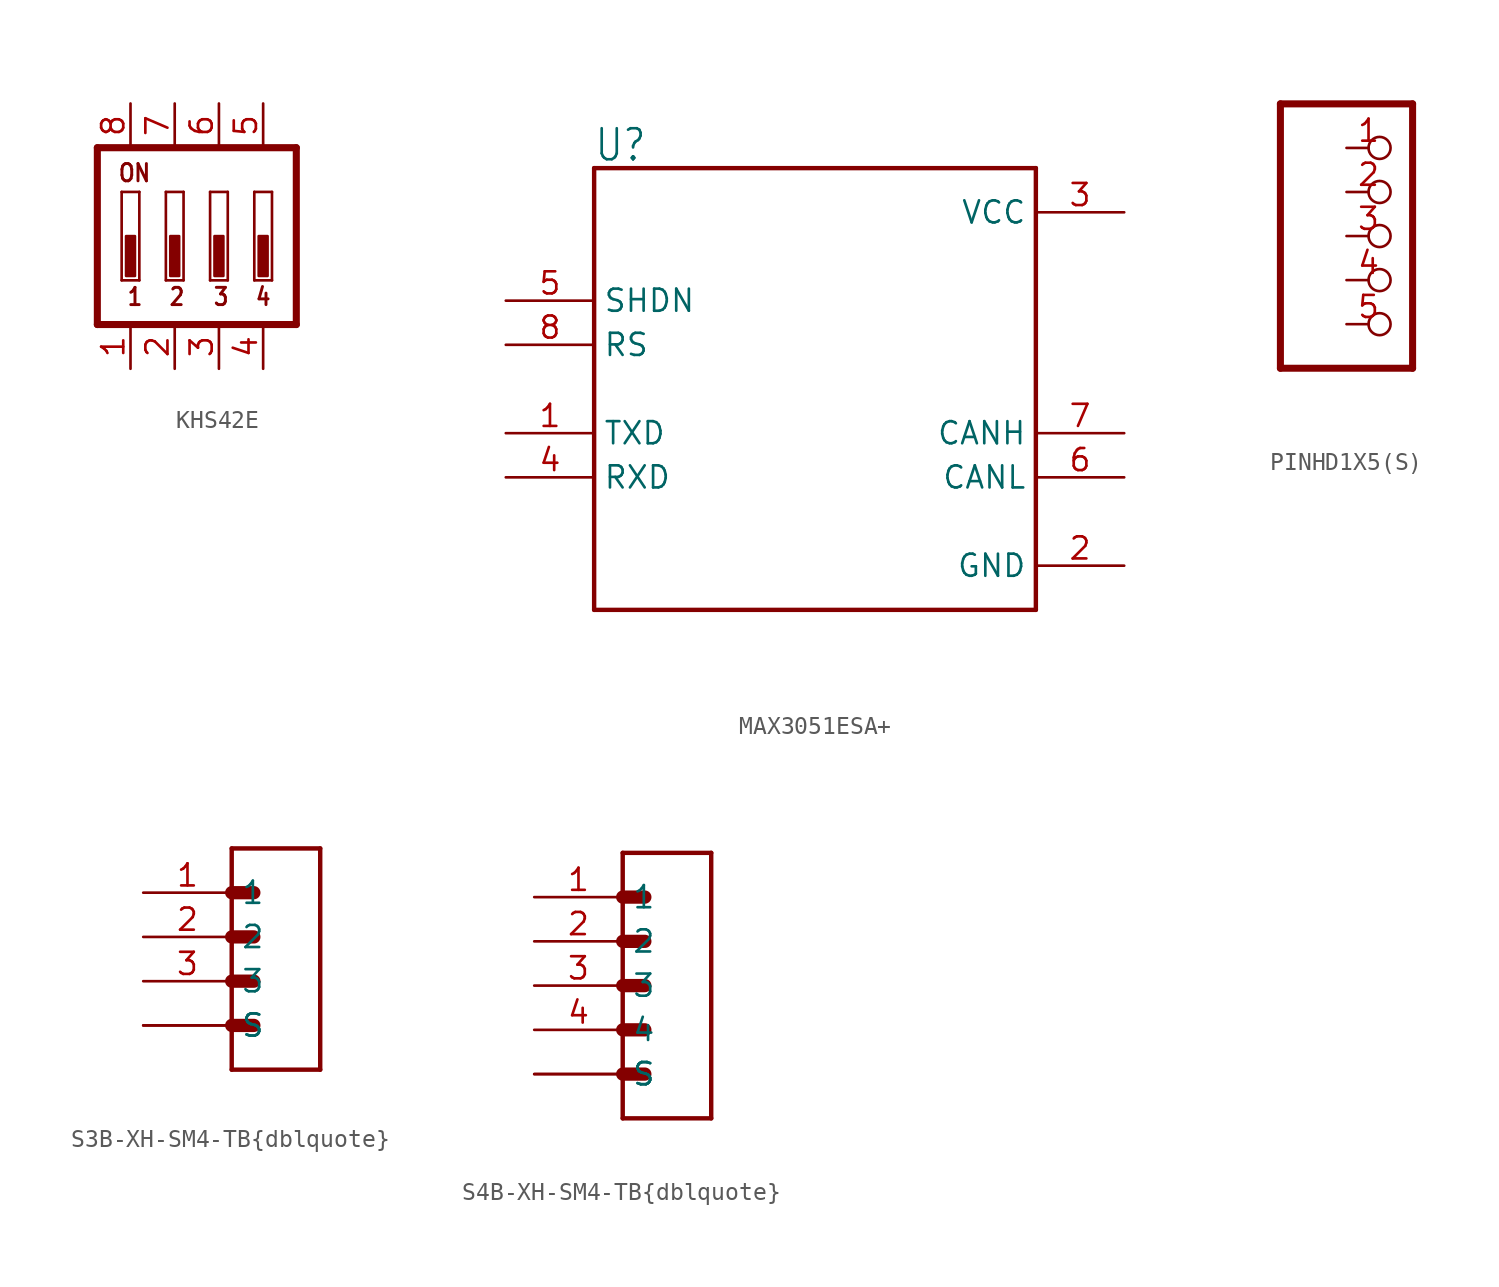
<source format=kicad_sym>
(kicad_symbol_lib
  (version 20220914)
  (generator kicad_symbol_editor)
  (symbol "KHS42E"
    (property "Reference" ""
      (at -5.08 -5.08 90)
      (effects (font (size 1.778 1.511)) (justify left bottom) hide))
    (property "Value" ""
      (at 9.525 -5.08 90)
      (effects (font (size 1.778 1.511)) (justify left bottom)))
    (property "ki_locked" ""
      (at 0 0 0)
      (effects (font (size 1.27 1.27))))
    (symbol "KHS42E_1_0"
      (rectangle (start -2.794 -2.286) (end -2.286 0) (stroke (width 0) (type default)) (fill (type outline)))
      (rectangle (start -0.254 -2.286) (end 0.254 0) (stroke (width 0) (type default)) (fill (type outline)))
      (polyline (pts (xy -4.445 -5.08) (xy 6.985 -5.08)) (stroke (width 0.406) (type solid)) (fill (type none)))
      (polyline (pts (xy -4.445 5.08) (xy -4.445 -5.08)) (stroke (width 0.406) (type solid)) (fill (type none)))
      (polyline (pts (xy -3.048 -2.54) (xy -3.048 2.54)) (stroke (width 0.152) (type solid)) (fill (type none)))
      (polyline (pts (xy -3.048 2.54) (xy -2.032 2.54)) (stroke (width 0.152) (type solid)) (fill (type none)))
      (polyline (pts (xy -2.032 -2.54) (xy -3.048 -2.54)) (stroke (width 0.152) (type solid)) (fill (type none)))
      (polyline (pts (xy -2.032 2.54) (xy -2.032 -2.54)) (stroke (width 0.152) (type solid)) (fill (type none)))
      (polyline (pts (xy -0.508 -2.54) (xy -0.508 2.54)) (stroke (width 0.152) (type solid)) (fill (type none)))
      (polyline (pts (xy -0.508 2.54) (xy 0.508 2.54)) (stroke (width 0.152) (type solid)) (fill (type none)))
      (polyline (pts (xy 0.508 -2.54) (xy -0.508 -2.54)) (stroke (width 0.152) (type solid)) (fill (type none)))
      (polyline (pts (xy 0.508 2.54) (xy 0.508 -2.54)) (stroke (width 0.152) (type solid)) (fill (type none)))
      (polyline (pts (xy 2.032 -2.54) (xy 2.032 2.54)) (stroke (width 0.152) (type solid)) (fill (type none)))
      (polyline (pts (xy 2.032 2.54) (xy 3.048 2.54)) (stroke (width 0.152) (type solid)) (fill (type none)))
      (polyline (pts (xy 3.048 -2.54) (xy 2.032 -2.54)) (stroke (width 0.152) (type solid)) (fill (type none)))
      (polyline (pts (xy 3.048 2.54) (xy 3.048 -2.54)) (stroke (width 0.152) (type solid)) (fill (type none)))
      (polyline (pts (xy 4.572 -2.54) (xy 4.572 2.54)) (stroke (width 0.152) (type solid)) (fill (type none)))
      (polyline (pts (xy 4.572 2.54) (xy 5.588 2.54)) (stroke (width 0.152) (type solid)) (fill (type none)))
      (polyline (pts (xy 5.588 -2.54) (xy 4.572 -2.54)) (stroke (width 0.152) (type solid)) (fill (type none)))
      (polyline (pts (xy 5.588 2.54) (xy 5.588 -2.54)) (stroke (width 0.152) (type solid)) (fill (type none)))
      (polyline (pts (xy 6.985 -5.08) (xy 6.985 5.08)) (stroke (width 0.406) (type solid)) (fill (type none)))
      (polyline (pts (xy 6.985 5.08) (xy -4.445 5.08)) (stroke (width 0.406) (type solid)) (fill (type none)))
      (rectangle (start 2.286 -2.286) (end 2.794 0) (stroke (width 0) (type default)) (fill (type outline)))
      (rectangle (start 4.826 -2.286) (end 5.334 0) (stroke (width 0) (type default)) (fill (type outline)))
      (text "1" (at -2.794 -4.064 0) (effects (font (size 0.991 0.842) (thickness 0.168) bold) (justify left bottom)))
      (text "2" (at -0.381 -4.064 0) (effects (font (size 0.991 0.842) (thickness 0.168) bold) (justify left bottom)))
      (text "3" (at 2.159 -4.064 0) (effects (font (size 0.991 0.842) (thickness 0.168) bold) (justify left bottom)))
      (text "4" (at 4.572 -4.064 0) (effects (font (size 0.991 0.842) (thickness 0.168) bold) (justify left bottom)))
      (text "ON" (at -3.302 3.048 0) (effects (font (size 0.991 0.842) (thickness 0.168) bold) (justify left bottom)))
      (pin passive line (at -2.54 -7.62 90) (length 2.54) (name "1" (effects (font (size 0 0)))) (number "1" (effects (font (size 1.27 1.27)))))
      (pin passive line (at 0 -7.62 90) (length 2.54) (name "2" (effects (font (size 0 0)))) (number "2" (effects (font (size 1.27 1.27)))))
      (pin passive line (at 2.54 -7.62 90) (length 2.54) (name "3" (effects (font (size 0 0)))) (number "3" (effects (font (size 1.27 1.27)))))
      (pin passive line (at 5.08 -7.62 90) (length 2.54) (name "4" (effects (font (size 0 0)))) (number "4" (effects (font (size 1.27 1.27)))))
      (pin passive line (at 5.08 7.62 270) (length 2.54) (name "5" (effects (font (size 0 0)))) (number "5" (effects (font (size 1.27 1.27)))))
      (pin passive line (at 2.54 7.62 270) (length 2.54) (name "6" (effects (font (size 0 0)))) (number "6" (effects (font (size 1.27 1.27)))))
      (pin passive line (at 0 7.62 270) (length 2.54) (name "7" (effects (font (size 0 0)))) (number "7" (effects (font (size 1.27 1.27)))))
      (pin passive line (at -2.54 7.62 270) (length 2.54) (name "8" (effects (font (size 0 0)))) (number "8" (effects (font (size 1.27 1.27)))))))
  (symbol "MAX3051ESA+"
    (property "Reference" "U"
      (at -12.726 12.985 0)
      (effects (font (size 1.783 1.515)) (justify left bottom)))
    (property "Value" ""
      (at -12.472 -15.244 0)
      (effects (font (size 1.784 1.516)) (justify left bottom)))
    (property "ki_locked" ""
      (at 0 0 0)
      (effects (font (size 1.27 1.27))))
    (symbol "MAX3051ESA+_1_0"
      (polyline (pts (xy -12.7 12.7) (xy -12.7 -12.7)) (stroke (width 0.254) (type solid)) (fill (type none)))
      (polyline (pts (xy -12.7 12.7) (xy 12.7 12.7)) (stroke (width 0.254) (type solid)) (fill (type none)))
      (polyline (pts (xy 12.7 -12.7) (xy -12.7 -12.7)) (stroke (width 0.254) (type solid)) (fill (type none)))
      (polyline (pts (xy 12.7 12.7) (xy 12.7 -12.7)) (stroke (width 0.254) (type solid)) (fill (type none)))
      (pin input line (at -17.78 -2.54 0) (length 5.08) (name "TXD" (effects (font (size 1.27 1.27)))) (number "1" (effects (font (size 1.27 1.27)))))
      (pin power_in line (at 17.78 -10.16 180) (length 5.08) (name "GND" (effects (font (size 1.27 1.27)))) (number "2" (effects (font (size 1.27 1.27)))))
      (pin power_in line (at 17.78 10.16 180) (length 5.08) (name "VCC" (effects (font (size 1.27 1.27)))) (number "3" (effects (font (size 1.27 1.27)))))
      (pin output line (at -17.78 -5.08 0) (length 5.08) (name "RXD" (effects (font (size 1.27 1.27)))) (number "4" (effects (font (size 1.27 1.27)))))
      (pin input line (at -17.78 5.08 0) (length 5.08) (name "SHDN" (effects (font (size 1.27 1.27)))) (number "5" (effects (font (size 1.27 1.27)))))
      (pin output line (at 17.78 -5.08 180) (length 5.08) (name "CANL" (effects (font (size 1.27 1.27)))) (number "6" (effects (font (size 1.27 1.27)))))
      (pin output line (at 17.78 -2.54 180) (length 5.08) (name "CANH" (effects (font (size 1.27 1.27)))) (number "7" (effects (font (size 1.27 1.27)))))
      (pin input line (at -17.78 2.54 0) (length 5.08) (name "RS" (effects (font (size 1.27 1.27)))) (number "8" (effects (font (size 1.27 1.27)))))))
  (symbol "PINHD1X5(S)"
    (property "Reference" ""
      (at -6.35 8.255 0)
      (effects (font (size 1.778 1.511)) (justify left bottom) hide))
    (property "Value" ""
      (at -6.35 -10.16 0)
      (effects (font (size 1.778 1.511)) (justify left bottom)))
    (property "ki_locked" ""
      (at 0 0 0)
      (effects (font (size 1.27 1.27))))
    (symbol "PINHD1X5(S)_1_0"
      (polyline (pts (xy -6.35 -7.62) (xy 1.27 -7.62)) (stroke (width 0.406) (type solid)) (fill (type none)))
      (polyline (pts (xy -6.35 7.62) (xy -6.35 -7.62)) (stroke (width 0.406) (type solid)) (fill (type none)))
      (polyline (pts (xy 1.27 -7.62) (xy 1.27 7.62)) (stroke (width 0.406) (type solid)) (fill (type none)))
      (polyline (pts (xy 1.27 7.62) (xy -6.35 7.62)) (stroke (width 0.406) (type solid)) (fill (type none)))
      (pin passive inverted (at -2.54 5.08 0) (length 2.54) (name "1" (effects (font (size 0 0)))) (number "1" (effects (font (size 1.27 1.27)))))
      (pin passive inverted (at -2.54 2.54 0) (length 2.54) (name "2" (effects (font (size 0 0)))) (number "2" (effects (font (size 1.27 1.27)))))
      (pin passive inverted (at -2.54 0 0) (length 2.54) (name "3" (effects (font (size 0 0)))) (number "3" (effects (font (size 1.27 1.27)))))
      (pin passive inverted (at -2.54 -2.54 0) (length 2.54) (name "4" (effects (font (size 0 0)))) (number "4" (effects (font (size 1.27 1.27)))))
      (pin passive inverted (at -2.54 -5.08 0) (length 2.54) (name "5" (effects (font (size 0 0)))) (number "5" (effects (font (size 1.27 1.27)))))))
  (symbol "S3B-XH-SM4-TB{dblquote}"
    (property "Reference" ""
      (at -2.541 5.336 0)
      (effects (font (size 1.27 1.08)) (justify left bottom) hide))
    (property "Value" ""
      (at -2.544 -9.151 0)
      (effects (font (size 1.272 1.081)) (justify left bottom)))
    (property "ki_locked" ""
      (at 0 0 0)
      (effects (font (size 1.27 1.27))))
    (symbol "S3B-XH-SM4-TB{dblquote}_1_0"
      (polyline (pts (xy -2.54 -7.62) (xy 2.54 -7.62)) (stroke (width 0.254) (type solid)) (fill (type none)))
      (polyline (pts (xy -2.54 -5.08) (xy -2.54 -7.62)) (stroke (width 0.254) (type solid)) (fill (type none)))
      (polyline (pts (xy -2.54 -5.08) (xy -1.27 -5.08)) (stroke (width 0.762) (type solid)) (fill (type none)))
      (polyline (pts (xy -2.54 -2.54) (xy -2.54 -5.08)) (stroke (width 0.254) (type solid)) (fill (type none)))
      (polyline (pts (xy -2.54 -2.54) (xy -1.27 -2.54)) (stroke (width 0.762) (type solid)) (fill (type none)))
      (polyline (pts (xy -2.54 0) (xy -2.54 -2.54)) (stroke (width 0.254) (type solid)) (fill (type none)))
      (polyline (pts (xy -2.54 0) (xy -1.27 0)) (stroke (width 0.762) (type solid)) (fill (type none)))
      (polyline (pts (xy -2.54 2.54) (xy -2.54 0)) (stroke (width 0.254) (type solid)) (fill (type none)))
      (polyline (pts (xy -2.54 2.54) (xy -1.27 2.54)) (stroke (width 0.762) (type solid)) (fill (type none)))
      (polyline (pts (xy -2.54 5.08) (xy -2.54 2.54)) (stroke (width 0.254) (type solid)) (fill (type none)))
      (polyline (pts (xy 2.54 -7.62) (xy 2.54 5.08)) (stroke (width 0.254) (type solid)) (fill (type none)))
      (polyline (pts (xy 2.54 5.08) (xy -2.54 5.08)) (stroke (width 0.254) (type solid)) (fill (type none)))
      (pin passive line (at -7.62 2.54 0) (length 5.08) (name "1" (effects (font (size 1.27 1.27)))) (number "1" (effects (font (size 1.27 1.27)))))
      (pin passive line (at -7.62 0 0) (length 5.08) (name "2" (effects (font (size 1.27 1.27)))) (number "2" (effects (font (size 1.27 1.27)))))
      (pin passive line (at -7.62 -2.54 0) (length 5.08) (name "3" (effects (font (size 1.27 1.27)))) (number "3" (effects (font (size 1.27 1.27)))))
      (pin passive line (at -7.62 -5.08 0) (length 5.08) (name "S" (effects (font (size 1.27 1.27)))) (number "S1" (effects (font (size 0 0)))))
      (pin passive line (at -7.62 -5.08 0) (length 5.08) (name "S" (effects (font (size 1.27 1.27)))) (number "S2" (effects (font (size 0 0)))))))
  (symbol "S4B-XH-SM4-TB{dblquote}"
    (property "Reference" ""
      (at -2.541 7.876 0)
      (effects (font (size 1.27 1.08)) (justify left bottom) hide))
    (property "Value" ""
      (at -2.544 -9.151 0)
      (effects (font (size 1.272 1.081)) (justify left bottom)))
    (property "ki_locked" ""
      (at 0 0 0)
      (effects (font (size 1.27 1.27))))
    (symbol "S4B-XH-SM4-TB{dblquote}_1_0"
      (polyline (pts (xy -2.54 -7.62) (xy 2.54 -7.62)) (stroke (width 0.254) (type solid)) (fill (type none)))
      (polyline (pts (xy -2.54 -5.08) (xy -2.54 -7.62)) (stroke (width 0.254) (type solid)) (fill (type none)))
      (polyline (pts (xy -2.54 -5.08) (xy -1.27 -5.08)) (stroke (width 0.762) (type solid)) (fill (type none)))
      (polyline (pts (xy -2.54 -2.54) (xy -2.54 -5.08)) (stroke (width 0.254) (type solid)) (fill (type none)))
      (polyline (pts (xy -2.54 -2.54) (xy -1.27 -2.54)) (stroke (width 0.762) (type solid)) (fill (type none)))
      (polyline (pts (xy -2.54 0) (xy -2.54 -2.54)) (stroke (width 0.254) (type solid)) (fill (type none)))
      (polyline (pts (xy -2.54 0) (xy -1.27 0)) (stroke (width 0.762) (type solid)) (fill (type none)))
      (polyline (pts (xy -2.54 2.54) (xy -2.54 0)) (stroke (width 0.254) (type solid)) (fill (type none)))
      (polyline (pts (xy -2.54 2.54) (xy -1.27 2.54)) (stroke (width 0.762) (type solid)) (fill (type none)))
      (polyline (pts (xy -2.54 5.08) (xy -2.54 2.54)) (stroke (width 0.254) (type solid)) (fill (type none)))
      (polyline (pts (xy -2.54 5.08) (xy -1.27 5.08)) (stroke (width 0.762) (type solid)) (fill (type none)))
      (polyline (pts (xy -2.54 7.62) (xy -2.54 5.08)) (stroke (width 0.254) (type solid)) (fill (type none)))
      (polyline (pts (xy 2.54 -7.62) (xy 2.54 7.62)) (stroke (width 0.254) (type solid)) (fill (type none)))
      (polyline (pts (xy 2.54 7.62) (xy -2.54 7.62)) (stroke (width 0.254) (type solid)) (fill (type none)))
      (pin passive line (at -7.62 5.08 0) (length 5.08) (name "1" (effects (font (size 1.27 1.27)))) (number "1" (effects (font (size 1.27 1.27)))))
      (pin passive line (at -7.62 2.54 0) (length 5.08) (name "2" (effects (font (size 1.27 1.27)))) (number "2" (effects (font (size 1.27 1.27)))))
      (pin passive line (at -7.62 0 0) (length 5.08) (name "3" (effects (font (size 1.27 1.27)))) (number "3" (effects (font (size 1.27 1.27)))))
      (pin passive line (at -7.62 -2.54 0) (length 5.08) (name "4" (effects (font (size 1.27 1.27)))) (number "4" (effects (font (size 1.27 1.27)))))
      (pin passive line (at -7.62 -5.08 0) (length 5.08) (name "S" (effects (font (size 1.27 1.27)))) (number "S1" (effects (font (size 0 0)))))
      (pin passive line (at -7.62 -5.08 0) (length 5.08) (name "S" (effects (font (size 1.27 1.27)))) (number "S2" (effects (font (size 0 0))))))))
</source>
